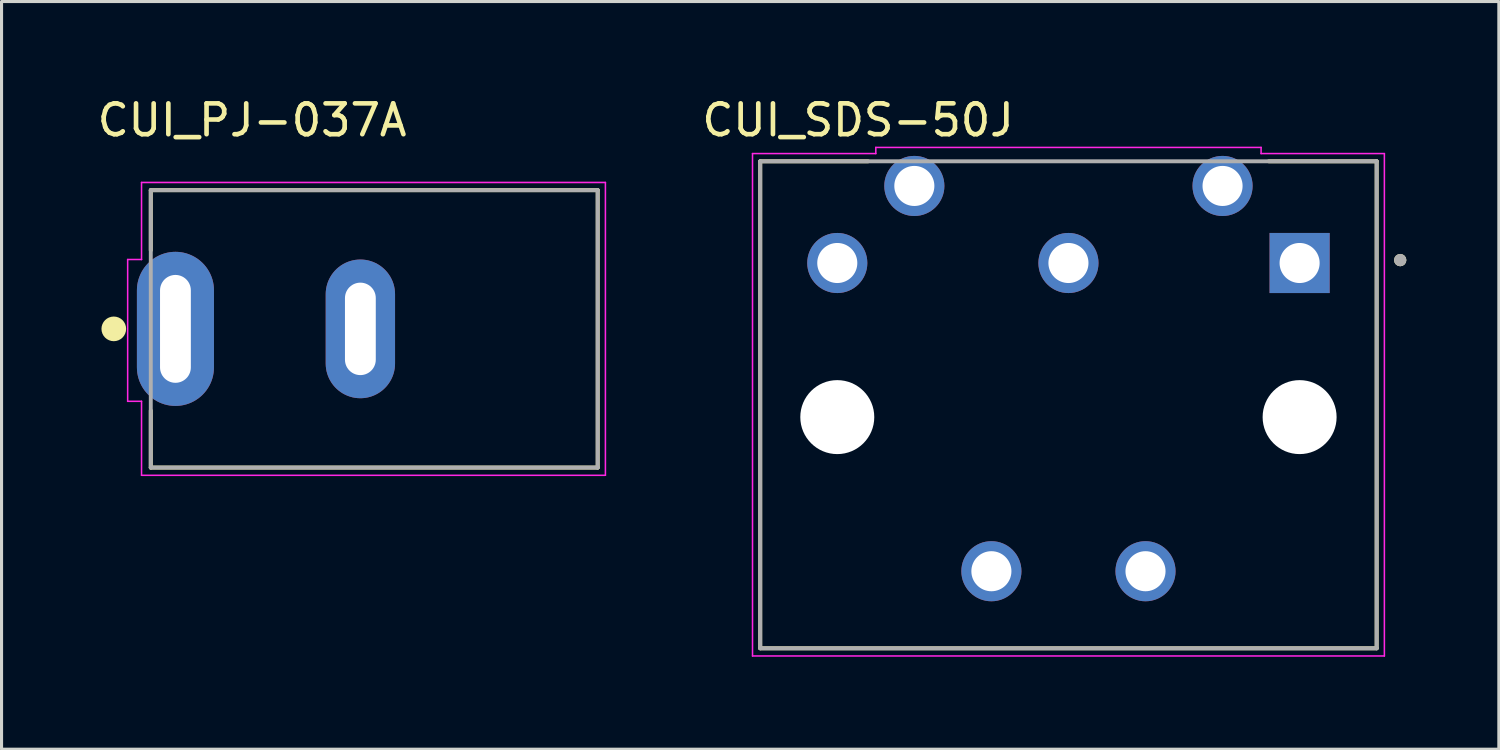
<source format=kicad_pcb>
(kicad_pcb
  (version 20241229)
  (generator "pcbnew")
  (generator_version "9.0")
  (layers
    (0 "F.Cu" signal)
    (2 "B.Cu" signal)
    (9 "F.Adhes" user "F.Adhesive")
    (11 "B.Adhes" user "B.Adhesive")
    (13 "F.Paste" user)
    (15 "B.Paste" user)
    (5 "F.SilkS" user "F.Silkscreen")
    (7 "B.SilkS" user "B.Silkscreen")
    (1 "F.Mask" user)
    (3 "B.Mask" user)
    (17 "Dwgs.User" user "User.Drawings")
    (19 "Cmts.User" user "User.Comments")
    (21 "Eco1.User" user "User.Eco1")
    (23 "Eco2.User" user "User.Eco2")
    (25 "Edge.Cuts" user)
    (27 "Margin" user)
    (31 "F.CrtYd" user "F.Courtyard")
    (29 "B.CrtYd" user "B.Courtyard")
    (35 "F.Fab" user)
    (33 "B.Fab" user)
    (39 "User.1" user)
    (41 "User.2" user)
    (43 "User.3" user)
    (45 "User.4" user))
  (footprint "CUI_SDS-50J"
    (layer "F.Cu")
    (at 31.615 10.483)
    (property "Reference" "CUI_SDS-50J" (at -6.825 -9.635 0) (layer "F.SilkS") (effects (font (size 1 1) (thickness 0.15))))
    (attr through_hole)
    (fp_line (start -10 -8.3) (end -6.5 -8.3) (stroke (width 0.127) (type solid)) (layer "F.SilkS"))
    (fp_line (start -10 7.5) (end -10 -8.3) (stroke (width 0.127) (type solid)) (layer "F.SilkS"))
    (fp_line (start -10 7.5) (end 10 7.5) (stroke (width 0.127) (type solid)) (layer "F.SilkS"))
    (fp_line (start 6.5 -8.3) (end 10 -8.3) (stroke (width 0.127) (type solid)) (layer "F.SilkS"))
    (fp_line (start 10 -8.3) (end 10 7.5) (stroke (width 0.127) (type solid)) (layer "F.SilkS"))
    (fp_circle (center 10.764 -5.094) (end 10.864 -5.094) (stroke (width 0.2) (type solid)) (fill no) (layer "F.SilkS"))
    (fp_line (start -10.25 -8.55) (end -6.25 -8.55) (stroke (width 0.05) (type solid)) (layer "F.CrtYd"))
    (fp_line (start -10.25 7.75) (end -10.25 -8.55) (stroke (width 0.05) (type solid)) (layer "F.CrtYd"))
    (fp_line (start -6.25 -8.75) (end 6.25 -8.75) (stroke (width 0.05) (type solid)) (layer "F.CrtYd"))
    (fp_line (start -6.25 -8.55) (end -6.25 -8.75) (stroke (width 0.05) (type solid)) (layer "F.CrtYd"))
    (fp_line (start 6.25 -8.75) (end 6.25 -8.55) (stroke (width 0.05) (type solid)) (layer "F.CrtYd"))
    (fp_line (start 6.25 -8.55) (end 10.25 -8.55) (stroke (width 0.05) (type solid)) (layer "F.CrtYd"))
    (fp_line (start 10.25 -8.55) (end 10.25 7.75) (stroke (width 0.05) (type solid)) (layer "F.CrtYd"))
    (fp_line (start 10.25 7.75) (end -10.25 7.75) (stroke (width 0.05) (type solid)) (layer "F.CrtYd"))
    (fp_line (start -10 -8.3) (end 10 -8.3) (stroke (width 0.127) (type solid)) (layer "F.Fab"))
    (fp_line (start -10 7.5) (end -10 -8.3) (stroke (width 0.127) (type solid)) (layer "F.Fab"))
    (fp_line (start 10 -8.3) (end 10 7.5) (stroke (width 0.127) (type solid)) (layer "F.Fab"))
    (fp_line (start 10 7.5) (end -10 7.5) (stroke (width 0.127) (type solid)) (layer "F.Fab"))
    (fp_circle (center 10.764 -5.094) (end 10.864 -5.094) (stroke (width 0.2) (type solid)) (fill no) (layer "F.Fab"))
    (pad "" np_thru_hole circle (at -7.5 0) (size 2.4 2.4) (drill 2.4) (layers "*.Cu" "*.Mask"))
    (pad "" np_thru_hole circle (at 7.5 0) (size 2.4 2.4) (drill 2.4) (layers "*.Cu" "*.Mask"))
    (pad "1" thru_hole rect (at 7.5 -5) (size 1.95 1.95) (drill 1.3) (layers "*.Cu" "*.Mask"))
    (pad "2" thru_hole circle (at 0 -5) (size 1.95 1.95) (drill 1.3) (layers "*.Cu" "*.Mask"))
    (pad "3" thru_hole circle (at -7.5 -5) (size 1.95 1.95) (drill 1.3) (layers "*.Cu" "*.Mask"))
    (pad "4" thru_hole circle (at 5 -7.5) (size 1.95 1.95) (drill 1.3) (layers "*.Cu" "*.Mask"))
    (pad "5" thru_hole circle (at -5 -7.5) (size 1.95 1.95) (drill 1.3) (layers "*.Cu" "*.Mask"))
    (pad "E1" thru_hole circle (at -2.5 5) (size 1.95 1.95) (drill 1.3) (layers "*.Cu" "*.Mask"))
    (pad "E2" thru_hole circle (at 2.5 5) (size 1.95 1.95) (drill 1.3) (layers "*.Cu" "*.Mask")))
  (footprint "CUI_PJ-037A"
    (layer "F.Cu")
    (at 2.642 7.62)
    (property "Reference" "CUI_PJ-037A" (at 2.487 -6.771 0) (layer "F.SilkS") (effects (font (size 1.001 1.001) (thickness 0.15))))
    (attr through_hole)
    (fp_line (start -0.8 -4.5) (end 13.7 -4.5) (stroke (width 0.127) (type solid)) (layer "F.SilkS"))
    (fp_line (start -0.8 -2.55) (end -0.8 -4.5) (stroke (width 0.127) (type solid)) (layer "F.SilkS"))
    (fp_line (start -0.8 4.5) (end -0.8 2.65) (stroke (width 0.127) (type solid)) (layer "F.SilkS"))
    (fp_line (start 13.7 -4.5) (end 13.7 4.5) (stroke (width 0.127) (type solid)) (layer "F.SilkS"))
    (fp_line (start 13.7 4.5) (end -0.8 4.5) (stroke (width 0.127) (type solid)) (layer "F.SilkS"))
    (fp_circle (center -2 0) (end -1.8 0) (stroke (width 0.4) (type solid)) (fill no) (layer "F.SilkS"))
    (fp_line (start -1.55 -2.25) (end -1.55 2.35) (stroke (width 0.05) (type solid)) (layer "F.CrtYd"))
    (fp_line (start -1.55 2.35) (end -1.1 2.35) (stroke (width 0.05) (type solid)) (layer "F.CrtYd"))
    (fp_line (start -1.1 -4.75) (end 13.95 -4.75) (stroke (width 0.05) (type solid)) (layer "F.CrtYd"))
    (fp_line (start -1.1 -2.25) (end -1.55 -2.25) (stroke (width 0.05) (type solid)) (layer "F.CrtYd"))
    (fp_line (start -1.1 -2.25) (end -1.1 -4.75) (stroke (width 0.05) (type solid)) (layer "F.CrtYd"))
    (fp_line (start -1.1 4.75) (end -1.1 2.35) (stroke (width 0.05) (type solid)) (layer "F.CrtYd"))
    (fp_line (start 13.95 -4.75) (end 13.95 4.75) (stroke (width 0.05) (type solid)) (layer "F.CrtYd"))
    (fp_line (start 13.95 4.75) (end -1.1 4.75) (stroke (width 0.05) (type solid)) (layer "F.CrtYd"))
    (fp_line (start -0.8 -4.5) (end 13.7 -4.5) (stroke (width 0.127) (type solid)) (layer "F.Fab"))
    (fp_line (start -0.8 4.5) (end -0.8 -4.5) (stroke (width 0.127) (type solid)) (layer "F.Fab"))
    (fp_line (start 13.7 -4.5) (end 13.7 4.5) (stroke (width 0.127) (type solid)) (layer "F.Fab"))
    (fp_line (start 13.7 4.5) (end -0.8 4.5) (stroke (width 0.127) (type solid)) (layer "F.Fab"))
    (pad "1" thru_hole oval (at 0 0) (size 2.5 5) (drill oval 1 3.5) (layers "*.Cu" "*.Mask"))
    (pad "2" thru_hole oval (at 6 0) (size 2.25 4.5) (drill oval 1 3) (layers "*.Cu" "*.Mask")))
  (gr_rect
    (start -3 -3)
    (end 45.579 21.258)
    (stroke (width 0.1) (type default))
    (fill no)
    (layer "Edge.Cuts")))
</source>
